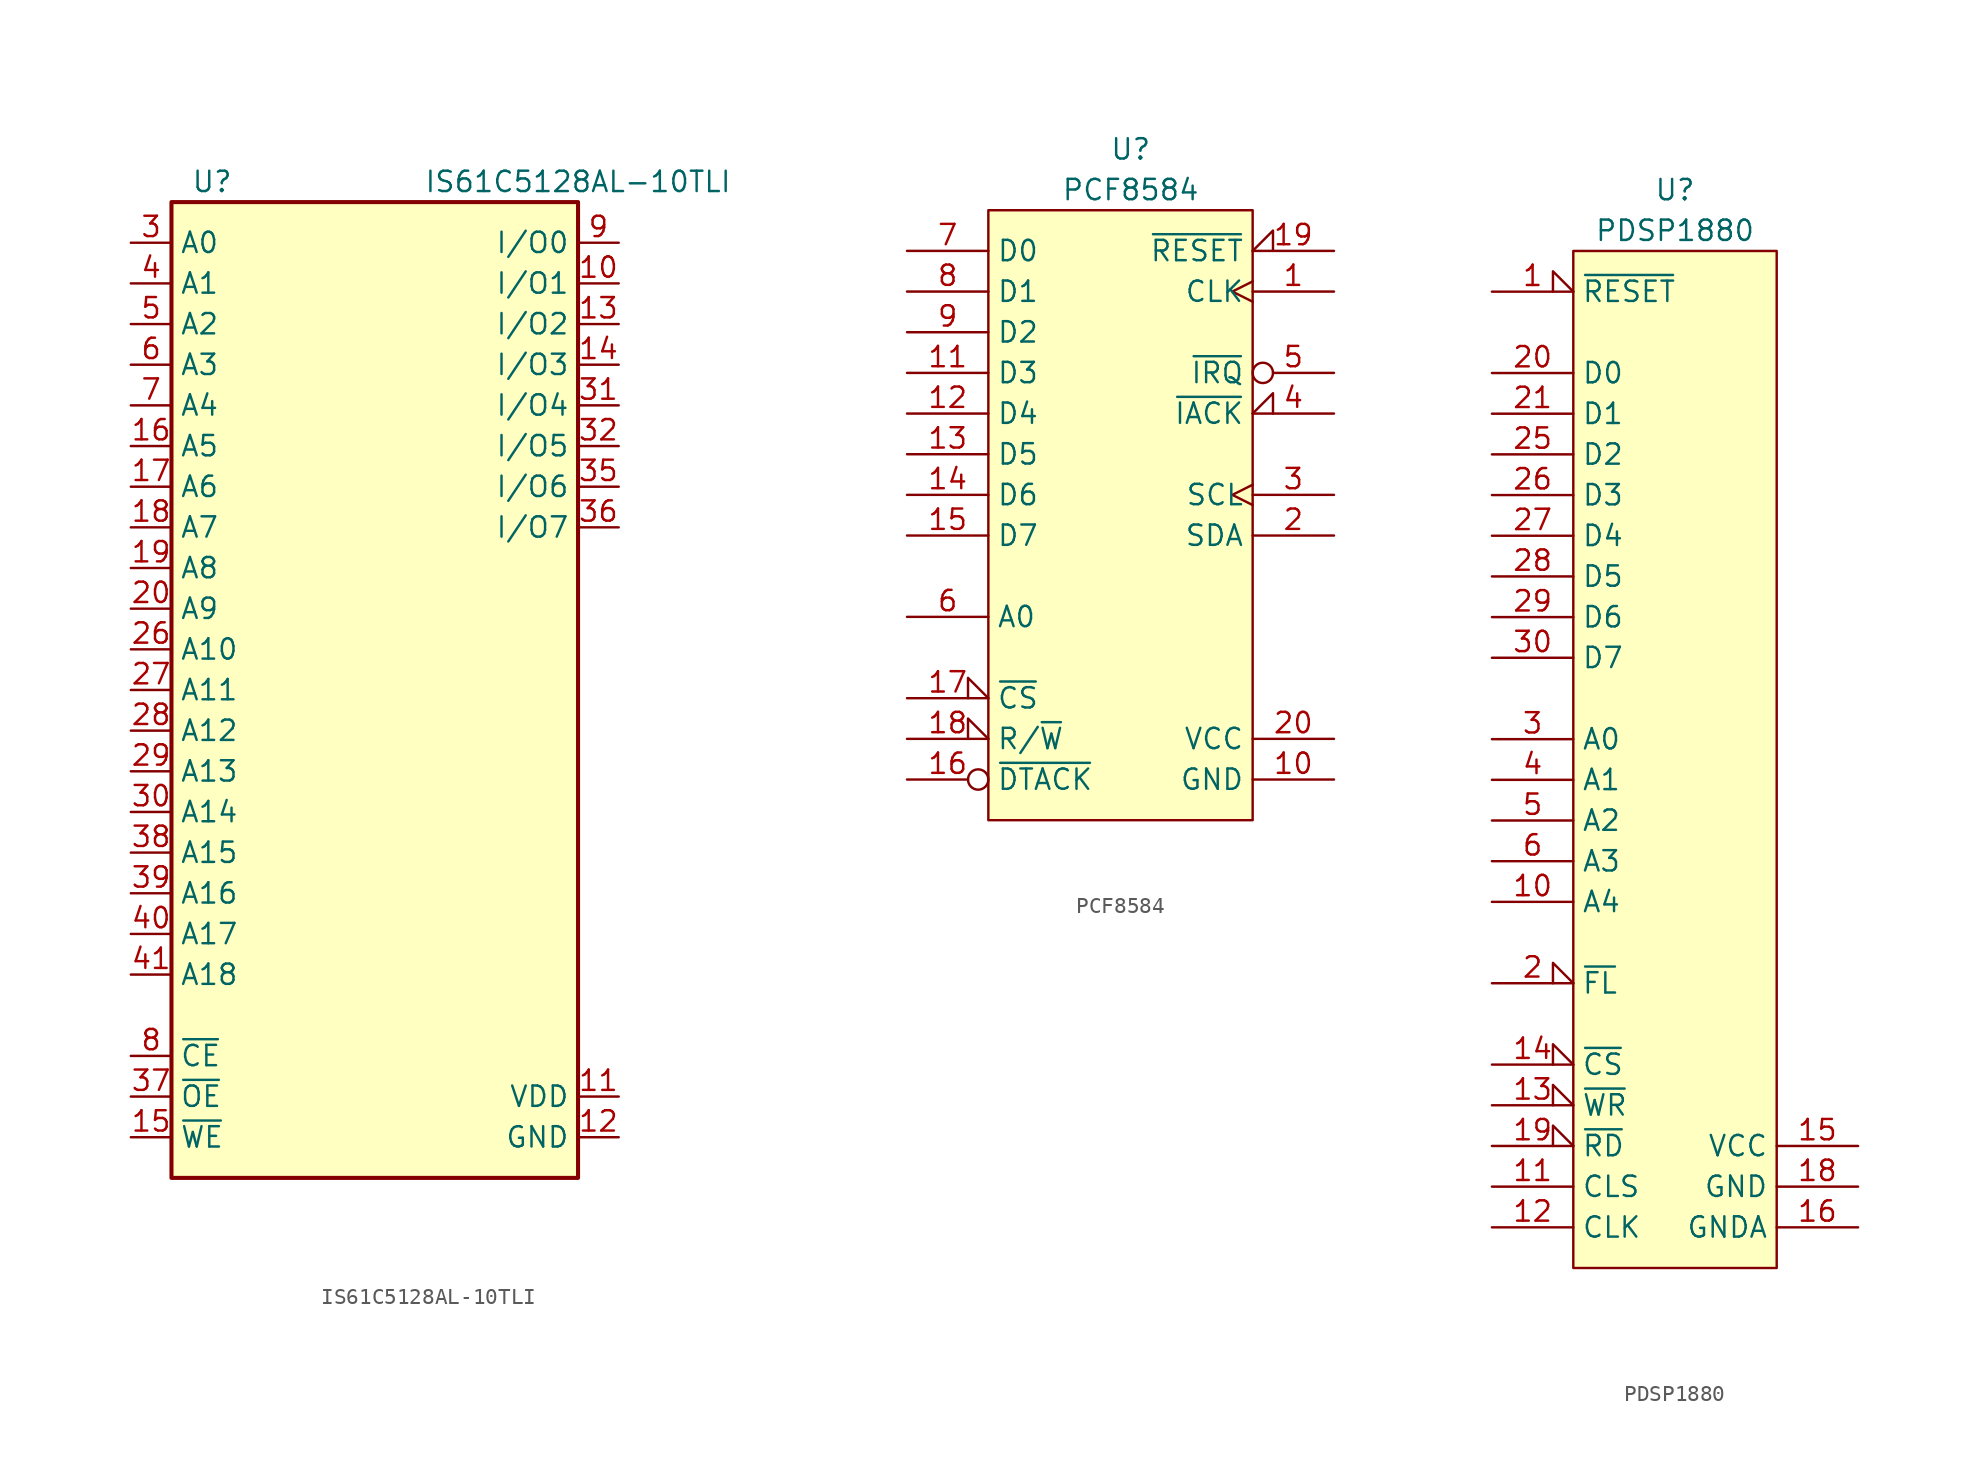
<source format=kicad_sym>
(kicad_symbol_lib
  (version 20211014)
  (generator kicad_symbol_editor)
  (symbol "68komputer-common:IS61C5128AL-10TLI"
    (property "Reference" "U"
      (at -10.16 31.75 0)
      (effects (font (size 1.27 1.27))))
    (property "Value" "IS61C5128AL-10TLI"
      (at 12.7 31.75 0)
      (effects (font (size 1.27 1.27))))
    (symbol "IS61C5128AL-10TLI_0_1"
      (rectangle (start -12.7 30.48) (end 12.7 -30.48) (stroke (width 0.254) (type default) (color 0 0 0 0)) (fill (type background))))
    (symbol "IS61C5128AL-10TLI_1_1"
      (pin no_connect line (at 12.7 -17.78 180) (length 2.54) hide (name "NC" (effects (font (size 1.27 1.27)))) (number "1" (effects (font (size 1.27 1.27)))))
      (pin bidirectional line (at 15.24 25.4 180) (length 2.54) (name "I/O1" (effects (font (size 1.27 1.27)))) (number "10" (effects (font (size 1.27 1.27)))))
      (pin power_in line (at 15.24 -25.4 180) (length 2.54) (name "VDD" (effects (font (size 1.27 1.27)))) (number "11" (effects (font (size 1.27 1.27)))))
      (pin power_in line (at 15.24 -27.94 180) (length 2.54) (name "GND" (effects (font (size 1.27 1.27)))) (number "12" (effects (font (size 1.27 1.27)))))
      (pin bidirectional line (at 15.24 22.86 180) (length 2.54) (name "I/O2" (effects (font (size 1.27 1.27)))) (number "13" (effects (font (size 1.27 1.27)))))
      (pin bidirectional line (at 15.24 20.32 180) (length 2.54) (name "I/O3" (effects (font (size 1.27 1.27)))) (number "14" (effects (font (size 1.27 1.27)))))
      (pin input line (at -15.24 -27.94 0) (length 2.54) (name "~{WE}" (effects (font (size 1.27 1.27)))) (number "15" (effects (font (size 1.27 1.27)))))
      (pin input line (at -15.24 15.24 0) (length 2.54) (name "A5" (effects (font (size 1.27 1.27)))) (number "16" (effects (font (size 1.27 1.27)))))
      (pin input line (at -15.24 12.7 0) (length 2.54) (name "A6" (effects (font (size 1.27 1.27)))) (number "17" (effects (font (size 1.27 1.27)))))
      (pin input line (at -15.24 10.16 0) (length 2.54) (name "A7" (effects (font (size 1.27 1.27)))) (number "18" (effects (font (size 1.27 1.27)))))
      (pin input line (at -15.24 7.62 0) (length 2.54) (name "A8" (effects (font (size 1.27 1.27)))) (number "19" (effects (font (size 1.27 1.27)))))
      (pin no_connect line (at 12.7 -15.24 180) (length 2.54) hide (name "NC" (effects (font (size 1.27 1.27)))) (number "2" (effects (font (size 1.27 1.27)))))
      (pin input line (at -15.24 5.08 0) (length 2.54) (name "A9" (effects (font (size 1.27 1.27)))) (number "20" (effects (font (size 1.27 1.27)))))
      (pin no_connect line (at 12.7 -12.7 180) (length 2.54) hide (name "NC" (effects (font (size 1.27 1.27)))) (number "21" (effects (font (size 1.27 1.27)))))
      (pin no_connect line (at 12.7 -10.16 180) (length 2.54) hide (name "NC" (effects (font (size 1.27 1.27)))) (number "22" (effects (font (size 1.27 1.27)))))
      (pin no_connect line (at 12.7 -7.62 180) (length 2.54) hide (name "NC" (effects (font (size 1.27 1.27)))) (number "23" (effects (font (size 1.27 1.27)))))
      (pin no_connect line (at 12.7 -5.08 180) (length 2.54) hide (name "NC" (effects (font (size 1.27 1.27)))) (number "24" (effects (font (size 1.27 1.27)))))
      (pin no_connect line (at 12.7 -2.54 180) (length 2.54) hide (name "NC" (effects (font (size 1.27 1.27)))) (number "25" (effects (font (size 1.27 1.27)))))
      (pin input line (at -15.24 2.54 0) (length 2.54) (name "A10" (effects (font (size 1.27 1.27)))) (number "26" (effects (font (size 1.27 1.27)))))
      (pin input line (at -15.24 0 0) (length 2.54) (name "A11" (effects (font (size 1.27 1.27)))) (number "27" (effects (font (size 1.27 1.27)))))
      (pin input line (at -15.24 -2.54 0) (length 2.54) (name "A12" (effects (font (size 1.27 1.27)))) (number "28" (effects (font (size 1.27 1.27)))))
      (pin input line (at -15.24 -5.08 0) (length 2.54) (name "A13" (effects (font (size 1.27 1.27)))) (number "29" (effects (font (size 1.27 1.27)))))
      (pin input line (at -15.24 27.94 0) (length 2.54) (name "A0" (effects (font (size 1.27 1.27)))) (number "3" (effects (font (size 1.27 1.27)))))
      (pin input line (at -15.24 -7.62 0) (length 2.54) (name "A14" (effects (font (size 1.27 1.27)))) (number "30" (effects (font (size 1.27 1.27)))))
      (pin bidirectional line (at 15.24 17.78 180) (length 2.54) (name "I/O4" (effects (font (size 1.27 1.27)))) (number "31" (effects (font (size 1.27 1.27)))))
      (pin bidirectional line (at 15.24 15.24 180) (length 2.54) (name "I/O5" (effects (font (size 1.27 1.27)))) (number "32" (effects (font (size 1.27 1.27)))))
      (pin passive line (at 15.24 -25.4 180) (length 2.54) hide (name "VDD" (effects (font (size 1.27 1.27)))) (number "33" (effects (font (size 1.27 1.27)))))
      (pin passive line (at 15.24 -27.94 180) (length 2.54) hide (name "GND" (effects (font (size 1.27 1.27)))) (number "34" (effects (font (size 1.27 1.27)))))
      (pin bidirectional line (at 15.24 12.7 180) (length 2.54) (name "I/O6" (effects (font (size 1.27 1.27)))) (number "35" (effects (font (size 1.27 1.27)))))
      (pin bidirectional line (at 15.24 10.16 180) (length 2.54) (name "I/O7" (effects (font (size 1.27 1.27)))) (number "36" (effects (font (size 1.27 1.27)))))
      (pin input line (at -15.24 -25.4 0) (length 2.54) (name "~{OE}" (effects (font (size 1.27 1.27)))) (number "37" (effects (font (size 1.27 1.27)))))
      (pin input line (at -15.24 -10.16 0) (length 2.54) (name "A15" (effects (font (size 1.27 1.27)))) (number "38" (effects (font (size 1.27 1.27)))))
      (pin input line (at -15.24 -12.7 0) (length 2.54) (name "A16" (effects (font (size 1.27 1.27)))) (number "39" (effects (font (size 1.27 1.27)))))
      (pin input line (at -15.24 25.4 0) (length 2.54) (name "A1" (effects (font (size 1.27 1.27)))) (number "4" (effects (font (size 1.27 1.27)))))
      (pin input line (at -15.24 -15.24 0) (length 2.54) (name "A17" (effects (font (size 1.27 1.27)))) (number "40" (effects (font (size 1.27 1.27)))))
      (pin input line (at -15.24 -17.78 0) (length 2.54) (name "A18" (effects (font (size 1.27 1.27)))) (number "41" (effects (font (size 1.27 1.27)))))
      (pin no_connect line (at 12.7 0 180) (length 2.54) hide (name "NC" (effects (font (size 1.27 1.27)))) (number "42" (effects (font (size 1.27 1.27)))))
      (pin no_connect line (at 12.7 2.54 180) (length 2.54) hide (name "NC" (effects (font (size 1.27 1.27)))) (number "43" (effects (font (size 1.27 1.27)))))
      (pin no_connect line (at 12.7 5.08 180) (length 2.54) hide (name "NC" (effects (font (size 1.27 1.27)))) (number "44" (effects (font (size 1.27 1.27)))))
      (pin input line (at -15.24 22.86 0) (length 2.54) (name "A2" (effects (font (size 1.27 1.27)))) (number "5" (effects (font (size 1.27 1.27)))))
      (pin input line (at -15.24 20.32 0) (length 2.54) (name "A3" (effects (font (size 1.27 1.27)))) (number "6" (effects (font (size 1.27 1.27)))))
      (pin input line (at -15.24 17.78 0) (length 2.54) (name "A4" (effects (font (size 1.27 1.27)))) (number "7" (effects (font (size 1.27 1.27)))))
      (pin input line (at -15.24 -22.86 0) (length 2.54) (name "~{CE}" (effects (font (size 1.27 1.27)))) (number "8" (effects (font (size 1.27 1.27)))))
      (pin bidirectional line (at 15.24 27.94 180) (length 2.54) (name "I/O0" (effects (font (size 1.27 1.27)))) (number "9" (effects (font (size 1.27 1.27)))))))
  (symbol "68komputer-common:PCF8584"
    (property "Reference" "U"
      (at 0 3.81 0)
      (effects (font (size 1.27 1.27))))
    (property "Value" "PCF8584"
      (at 0 1.27 0)
      (effects (font (size 1.27 1.27))))
    (symbol "PCF8584_0_1"
      (rectangle (start -8.89 0) (end 7.62 -38.1) (stroke (width 0.152) (type default) (color 0 0 0 0)) (fill (type background))))
    (symbol "PCF8584_1_1"
      (pin input clock (at 12.7 -5.08 180) (length 5.08) (name "CLK" (effects (font (size 1.27 1.27)))) (number "1" (effects (font (size 1.27 1.27)))))
      (pin power_in line (at 12.7 -35.56 180) (length 5.08) (name "GND" (effects (font (size 1.27 1.27)))) (number "10" (effects (font (size 1.27 1.27)))))
      (pin tri_state line (at -13.97 -10.16 0) (length 5.08) (name "D3" (effects (font (size 1.27 1.27)))) (number "11" (effects (font (size 1.27 1.27)))))
      (pin tri_state line (at -13.97 -12.7 0) (length 5.08) (name "D4" (effects (font (size 1.27 1.27)))) (number "12" (effects (font (size 1.27 1.27)))))
      (pin tri_state line (at -13.97 -15.24 0) (length 5.08) (name "D5" (effects (font (size 1.27 1.27)))) (number "13" (effects (font (size 1.27 1.27)))))
      (pin tri_state line (at -13.97 -17.78 0) (length 5.08) (name "D6" (effects (font (size 1.27 1.27)))) (number "14" (effects (font (size 1.27 1.27)))))
      (pin tri_state line (at -13.97 -20.32 0) (length 5.08) (name "D7" (effects (font (size 1.27 1.27)))) (number "15" (effects (font (size 1.27 1.27)))))
      (pin bidirectional inverted (at -13.97 -35.56 0) (length 5.08) (name "~{DTACK}" (effects (font (size 1.27 1.27)))) (number "16" (effects (font (size 1.27 1.27)))))
      (pin input input_low (at -13.97 -30.48 0) (length 5.08) (name "~{CS}" (effects (font (size 1.27 1.27)))) (number "17" (effects (font (size 1.27 1.27)))))
      (pin input input_low (at -13.97 -33.02 0) (length 5.08) (name "R/~{W}" (effects (font (size 1.27 1.27)))) (number "18" (effects (font (size 1.27 1.27)))))
      (pin input input_low (at 12.7 -2.54 180) (length 5.08) (name "~{RESET}" (effects (font (size 1.27 1.27)))) (number "19" (effects (font (size 1.27 1.27)))))
      (pin bidirectional line (at 12.7 -20.32 180) (length 5.08) (name "SDA" (effects (font (size 1.27 1.27)))) (number "2" (effects (font (size 1.27 1.27)))))
      (pin power_in line (at 12.7 -33.02 180) (length 5.08) (name "VCC" (effects (font (size 1.27 1.27)))) (number "20" (effects (font (size 1.27 1.27)))))
      (pin bidirectional clock (at 12.7 -17.78 180) (length 5.08) (name "SCL" (effects (font (size 1.27 1.27)))) (number "3" (effects (font (size 1.27 1.27)))))
      (pin input input_low (at 12.7 -12.7 180) (length 5.08) (name "~{IACK}" (effects (font (size 1.27 1.27)))) (number "4" (effects (font (size 1.27 1.27)))))
      (pin output inverted (at 12.7 -10.16 180) (length 5.08) (name "~{IRQ}" (effects (font (size 1.27 1.27)))) (number "5" (effects (font (size 1.27 1.27)))))
      (pin input line (at -13.97 -25.4 0) (length 5.08) (name "A0" (effects (font (size 1.27 1.27)))) (number "6" (effects (font (size 1.27 1.27)))))
      (pin tri_state line (at -13.97 -2.54 0) (length 5.08) (name "D0" (effects (font (size 1.27 1.27)))) (number "7" (effects (font (size 1.27 1.27)))))
      (pin tri_state line (at -13.97 -5.08 0) (length 5.08) (name "D1" (effects (font (size 1.27 1.27)))) (number "8" (effects (font (size 1.27 1.27)))))
      (pin tri_state line (at -13.97 -7.62 0) (length 5.08) (name "D2" (effects (font (size 1.27 1.27)))) (number "9" (effects (font (size 1.27 1.27)))))))
  (symbol "68komputer-common:PDSP1880"
    (property "Reference" "U"
      (at -6.35 3.81 0)
      (effects (font (size 1.27 1.27))))
    (property "Value" "PDSP1880"
      (at -6.35 1.27 0)
      (effects (font (size 1.27 1.27))))
    (symbol "PDSP1880_0_1"
      (rectangle (start -12.7 0) (end 0 -63.5) (stroke (width 0.152) (type default) (color 0 0 0 0)) (fill (type background))))
    (symbol "PDSP1880_1_1"
      (pin input input_low (at -17.78 -2.54 0) (length 5.08) (name "~{RESET}" (effects (font (size 1.27 1.27)))) (number "1" (effects (font (size 1.27 1.27)))))
      (pin input line (at -17.78 -40.64 0) (length 5.08) (name "A4" (effects (font (size 1.27 1.27)))) (number "10" (effects (font (size 1.27 1.27)))))
      (pin input line (at -17.78 -58.42 0) (length 5.08) (name "CLS" (effects (font (size 1.27 1.27)))) (number "11" (effects (font (size 1.27 1.27)))))
      (pin input line (at -17.78 -60.96 0) (length 5.08) (name "CLK" (effects (font (size 1.27 1.27)))) (number "12" (effects (font (size 1.27 1.27)))))
      (pin input input_low (at -17.78 -53.34 0) (length 5.08) (name "~{WR}" (effects (font (size 1.27 1.27)))) (number "13" (effects (font (size 1.27 1.27)))))
      (pin input input_low (at -17.78 -50.8 0) (length 5.08) (name "~{CS}" (effects (font (size 1.27 1.27)))) (number "14" (effects (font (size 1.27 1.27)))))
      (pin power_in line (at 5.08 -55.88 180) (length 5.08) (name "VCC" (effects (font (size 1.27 1.27)))) (number "15" (effects (font (size 1.27 1.27)))))
      (pin power_in line (at 5.08 -60.96 180) (length 5.08) (name "GNDA" (effects (font (size 1.27 1.27)))) (number "16" (effects (font (size 1.27 1.27)))))
      (pin power_in line (at 5.08 -58.42 180) (length 5.08) (name "GND" (effects (font (size 1.27 1.27)))) (number "18" (effects (font (size 1.27 1.27)))))
      (pin input input_low (at -17.78 -55.88 0) (length 5.08) (name "~{RD}" (effects (font (size 1.27 1.27)))) (number "19" (effects (font (size 1.27 1.27)))))
      (pin input input_low (at -17.78 -45.72 0) (length 5.08) (name "~{FL}" (effects (font (size 1.27 1.27)))) (number "2" (effects (font (size 1.27 1.27)))))
      (pin tri_state line (at -17.78 -7.62 0) (length 5.08) (name "D0" (effects (font (size 1.27 1.27)))) (number "20" (effects (font (size 1.27 1.27)))))
      (pin tri_state line (at -17.78 -10.16 0) (length 5.08) (name "D1" (effects (font (size 1.27 1.27)))) (number "21" (effects (font (size 1.27 1.27)))))
      (pin tri_state line (at -17.78 -12.7 0) (length 5.08) (name "D2" (effects (font (size 1.27 1.27)))) (number "25" (effects (font (size 1.27 1.27)))))
      (pin tri_state line (at -17.78 -15.24 0) (length 5.08) (name "D3" (effects (font (size 1.27 1.27)))) (number "26" (effects (font (size 1.27 1.27)))))
      (pin tri_state line (at -17.78 -17.78 0) (length 5.08) (name "D4" (effects (font (size 1.27 1.27)))) (number "27" (effects (font (size 1.27 1.27)))))
      (pin tri_state line (at -17.78 -20.32 0) (length 5.08) (name "D5" (effects (font (size 1.27 1.27)))) (number "28" (effects (font (size 1.27 1.27)))))
      (pin tri_state line (at -17.78 -22.86 0) (length 5.08) (name "D6" (effects (font (size 1.27 1.27)))) (number "29" (effects (font (size 1.27 1.27)))))
      (pin input line (at -17.78 -30.48 0) (length 5.08) (name "A0" (effects (font (size 1.27 1.27)))) (number "3" (effects (font (size 1.27 1.27)))))
      (pin tri_state line (at -17.78 -25.4 0) (length 5.08) (name "D7" (effects (font (size 1.27 1.27)))) (number "30" (effects (font (size 1.27 1.27)))))
      (pin input line (at -17.78 -33.02 0) (length 5.08) (name "A1" (effects (font (size 1.27 1.27)))) (number "4" (effects (font (size 1.27 1.27)))))
      (pin input line (at -17.78 -35.56 0) (length 5.08) (name "A2" (effects (font (size 1.27 1.27)))) (number "5" (effects (font (size 1.27 1.27)))))
      (pin input line (at -17.78 -38.1 0) (length 5.08) (name "A3" (effects (font (size 1.27 1.27)))) (number "6" (effects (font (size 1.27 1.27))))))))
</source>
